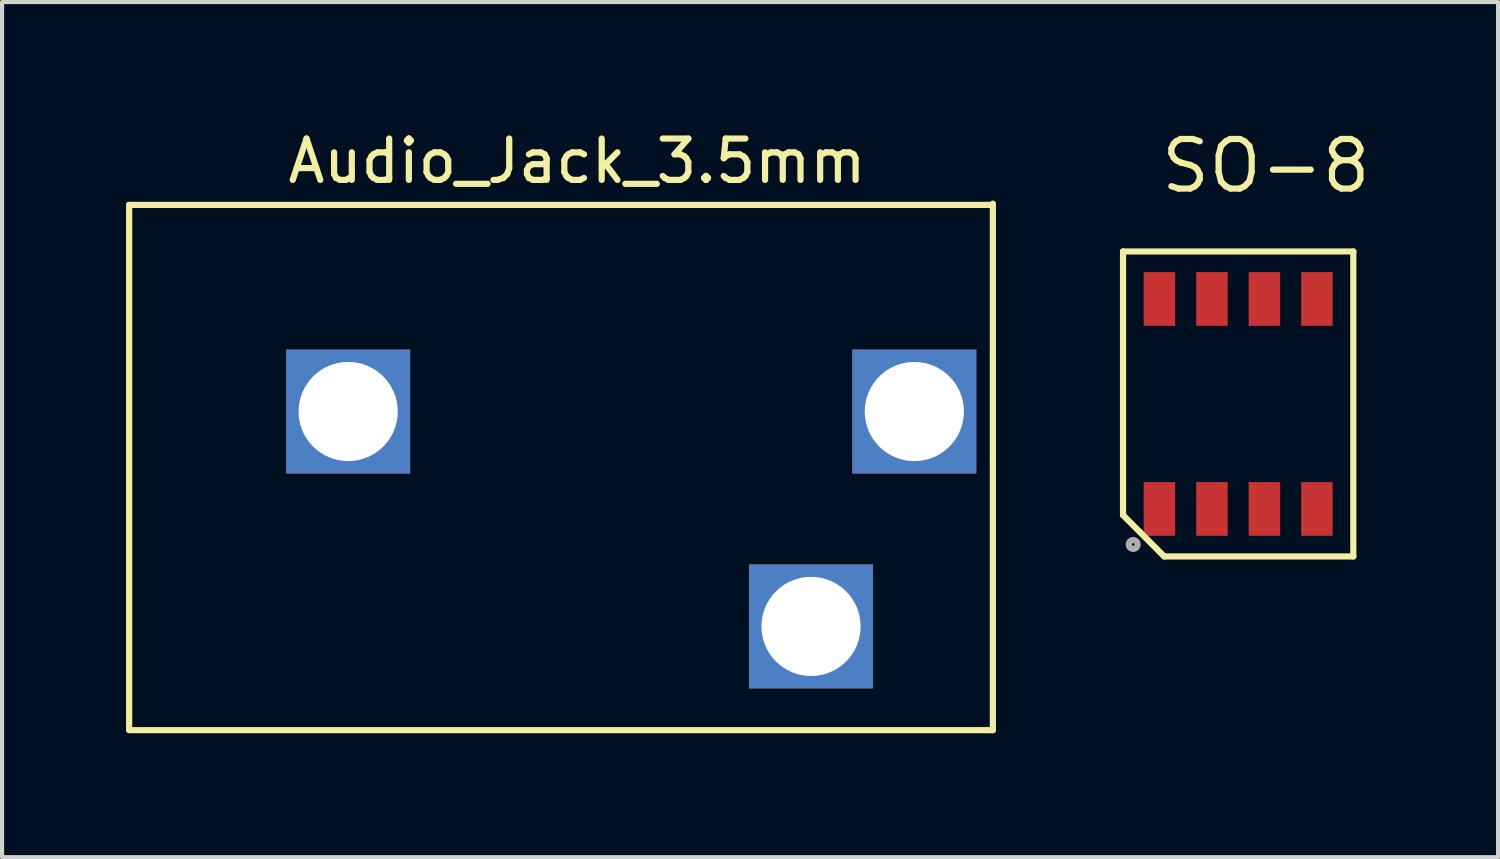
<source format=kicad_pcb>
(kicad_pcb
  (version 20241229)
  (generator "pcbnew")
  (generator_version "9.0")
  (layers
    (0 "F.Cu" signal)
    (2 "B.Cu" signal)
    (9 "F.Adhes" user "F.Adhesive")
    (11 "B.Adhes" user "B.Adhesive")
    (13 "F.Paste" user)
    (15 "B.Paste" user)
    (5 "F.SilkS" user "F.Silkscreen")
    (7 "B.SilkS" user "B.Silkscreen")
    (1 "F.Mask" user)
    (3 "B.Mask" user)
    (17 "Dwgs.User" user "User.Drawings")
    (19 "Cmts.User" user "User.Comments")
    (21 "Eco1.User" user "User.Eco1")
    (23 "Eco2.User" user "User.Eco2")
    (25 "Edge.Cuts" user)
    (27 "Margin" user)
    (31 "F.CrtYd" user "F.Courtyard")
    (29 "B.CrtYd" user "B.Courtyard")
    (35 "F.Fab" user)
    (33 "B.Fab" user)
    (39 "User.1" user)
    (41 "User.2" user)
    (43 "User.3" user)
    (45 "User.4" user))
  (footprint "Audio_Jack_3.5mm"
    (layer "F.Cu")
    (at 16.575 6.908)
    (property "Reference" "Audio_Jack_3.5mm" (at -5.66 -6.06 0) (layer "F.SilkS") (effects (font (size 1 1) (thickness 0.15))))
    (attr through_hole)
    (fp_line (start -16.5 -5) (end -16.5 7.7) (stroke (width 0.15) (type solid)) (layer "F.SilkS"))
    (fp_line (start -16.5 7.71) (end 4.4 7.71) (stroke (width 0.15) (type solid)) (layer "F.SilkS"))
    (fp_line (start 4.4 -5) (end -16.5 -5) (stroke (width 0.15) (type solid)) (layer "F.SilkS"))
    (fp_line (start 4.4 7.71) (end 4.4 -5.03) (stroke (width 0.15) (type solid)) (layer "F.SilkS"))
    (pad "1" thru_hole rect (at -11.2 0) (size 3 3) (drill 2.4) (layers "*.Cu" "*.Mask"))
    (pad "2" thru_hole rect (at 2.5 0) (size 3 3) (drill 2.4) (layers "*.Cu" "*.Mask"))
    (pad "3" thru_hole rect (at 0 5.2) (size 3 3) (drill 2.4) (layers "*.Cu" "*.Mask")))
  (footprint "SO-8"
    (layer "F.Cu")
    (at 26.911 6.725)
    (property "Reference" "SO-8" (at 0.67 -5.76 0) (layer "F.SilkS") (effects (font (size 1.2 1.2) (thickness 0.15))))
    (attr through_hole)
    (fp_line (start -2.786 -3.69) (end -2.786 2.69) (stroke (width 0.15) (type solid)) (layer "F.SilkS"))
    (fp_line (start -2.786 2.69) (end -1.79 3.69) (stroke (width 0.15) (type solid)) (layer "F.SilkS"))
    (fp_line (start -1.786 3.69) (end 2.786 3.69) (stroke (width 0.15) (type solid)) (layer "F.SilkS"))
    (fp_line (start 2.786 -3.69) (end -2.786 -3.69) (stroke (width 0.15) (type solid)) (layer "F.SilkS"))
    (fp_line (start 2.786 3.69) (end 2.786 -3.69) (stroke (width 0.15) (type solid)) (layer "F.SilkS"))
    (fp_circle (center -2.54 3.4) (end -2.46 3.47) (stroke (width 0.15) (type solid)) (fill no) (layer "F.Fab"))
    (pad "1" smd rect (at -1.905 2.54) (size 0.762 1.3) (layers "F.Cu" "F.Mask" "F.Paste"))
    (pad "2" smd rect (at -0.635 2.54) (size 0.762 1.3) (layers "F.Cu" "F.Mask" "F.Paste"))
    (pad "3" smd rect (at 0.635 2.54) (size 0.762 1.3) (layers "F.Cu" "F.Mask" "F.Paste"))
    (pad "4" smd rect (at 1.905 2.54) (size 0.762 1.3) (layers "F.Cu" "F.Mask" "F.Paste"))
    (pad "5" smd rect (at 1.905 -2.54) (size 0.762 1.3) (layers "F.Cu" "F.Mask" "F.Paste"))
    (pad "6" smd rect (at 0.635 -2.54) (size 0.762 1.3) (layers "F.Cu" "F.Mask" "F.Paste"))
    (pad "7" smd rect (at -0.635 -2.54) (size 0.762 1.3) (layers "F.Cu" "F.Mask" "F.Paste"))
    (pad "8" smd rect (at -1.905 -2.54) (size 0.762 1.3) (layers "F.Cu" "F.Mask" "F.Paste")))
  (gr_rect
    (start -3 -3)
    (end 33.2 17.693)
    (stroke (width 0.1) (type default))
    (fill no)
    (layer "Edge.Cuts")))
</source>
